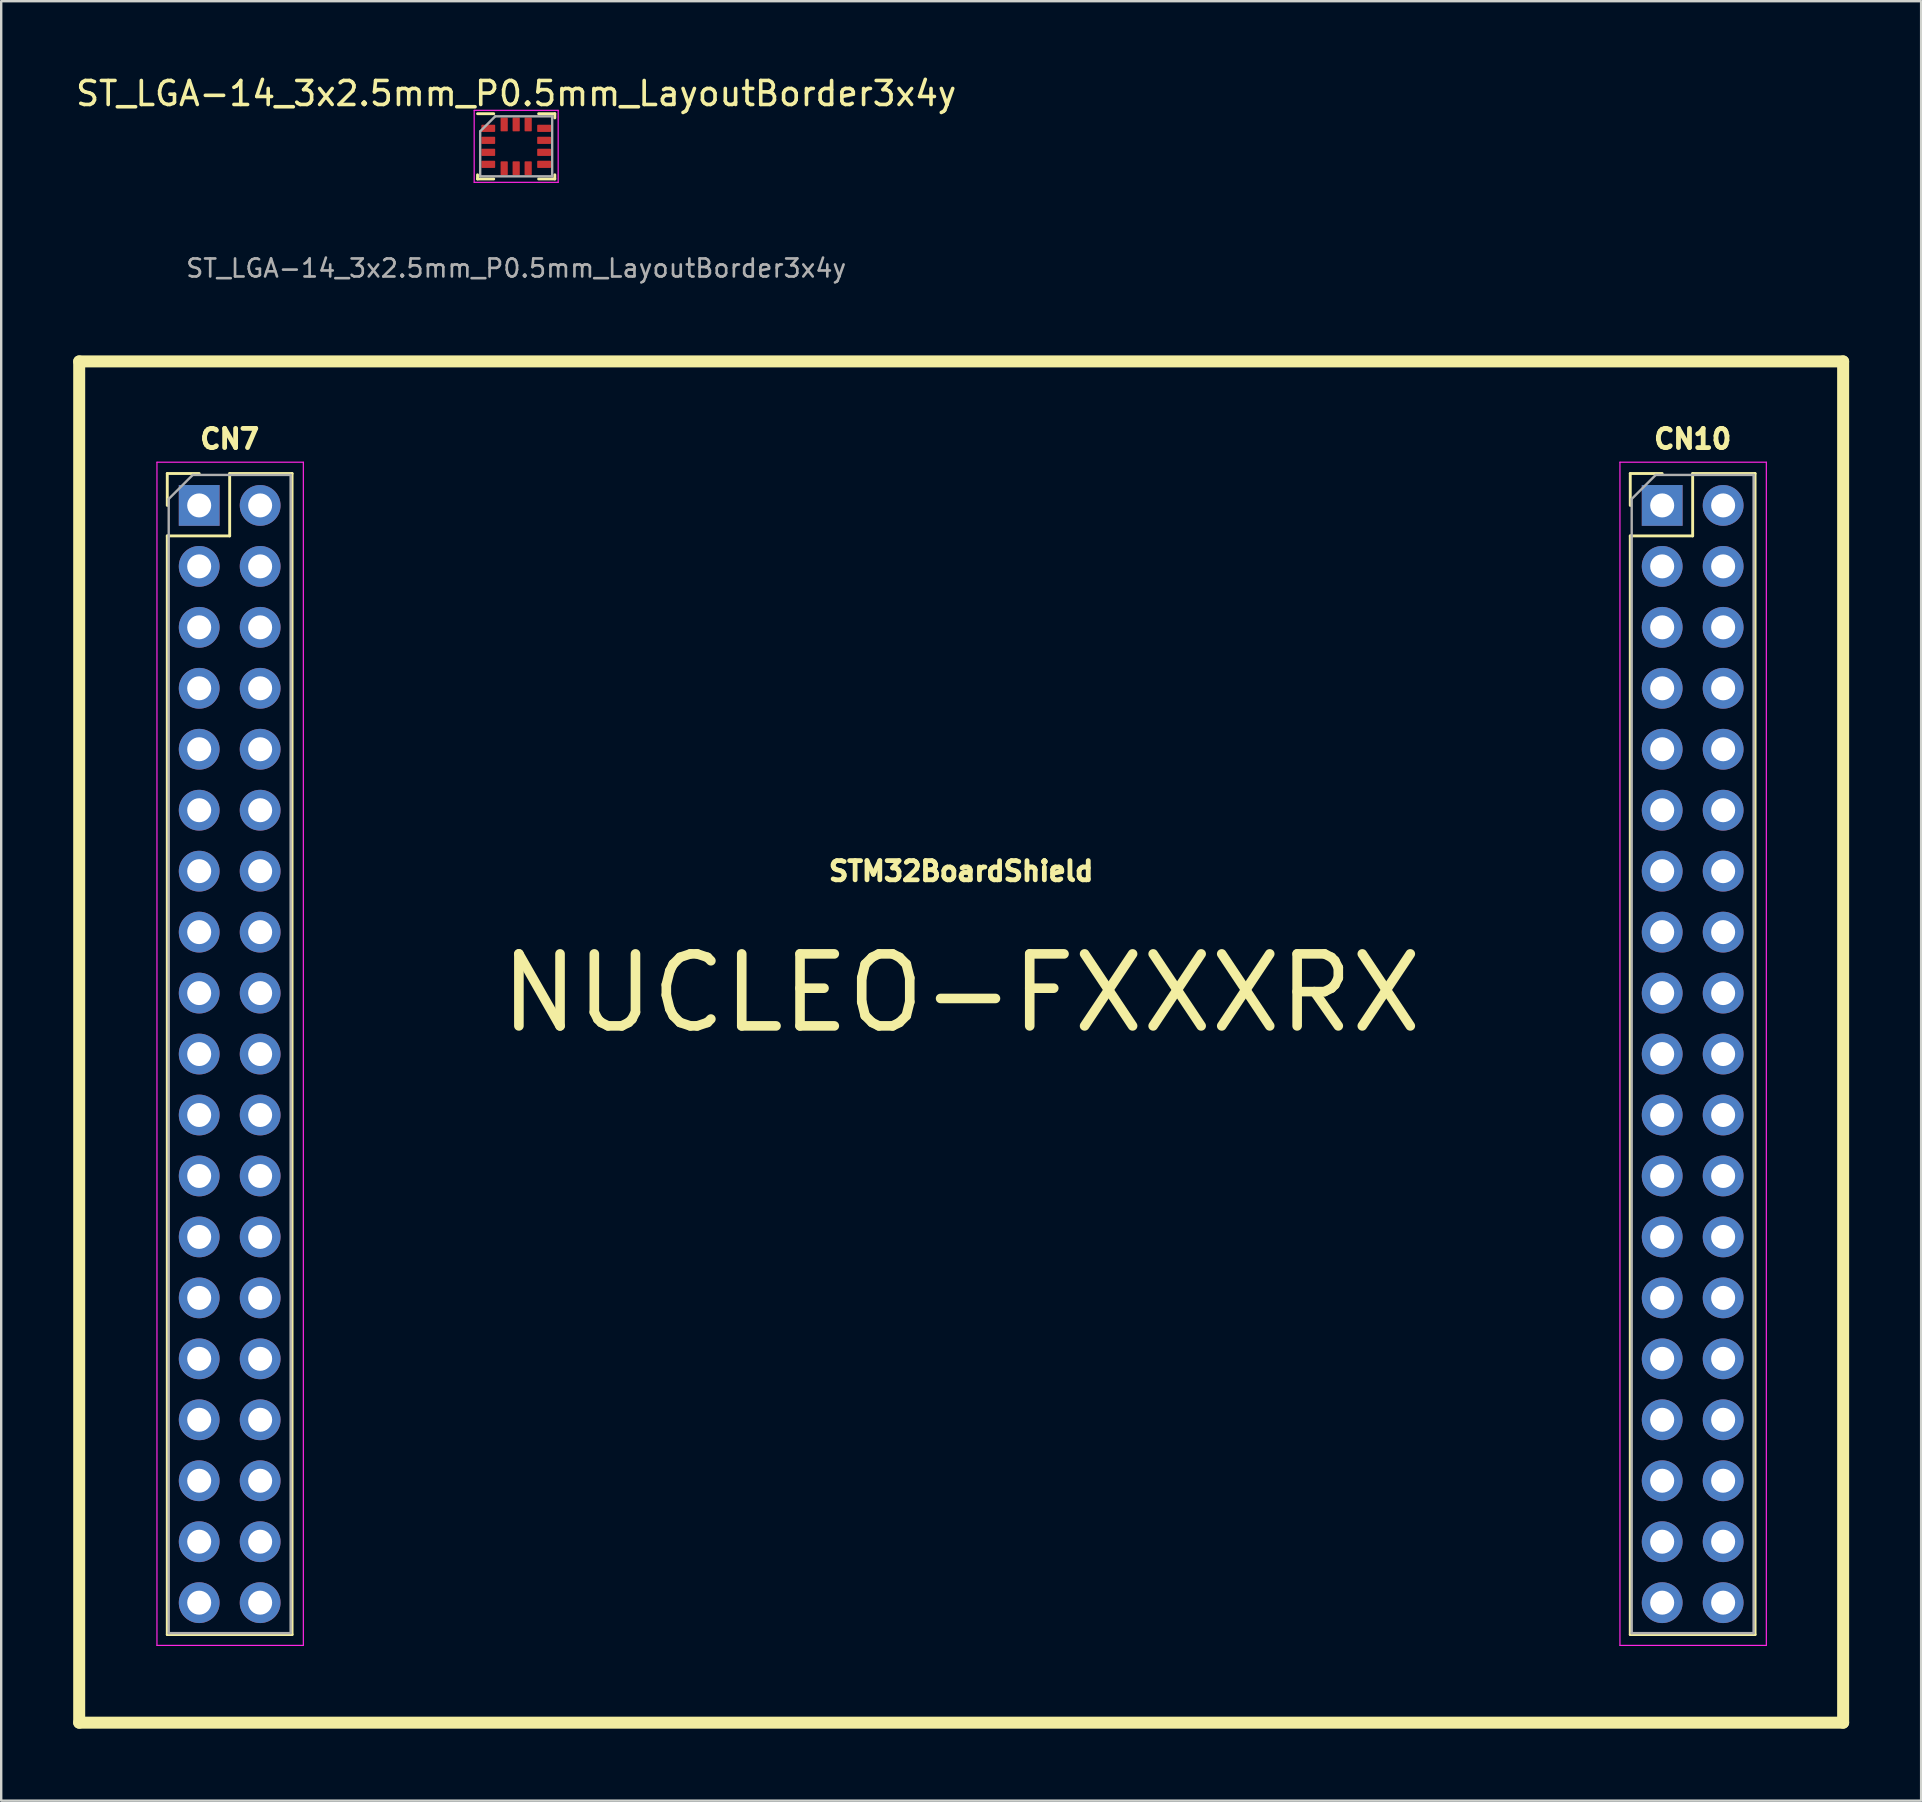
<source format=kicad_pcb>
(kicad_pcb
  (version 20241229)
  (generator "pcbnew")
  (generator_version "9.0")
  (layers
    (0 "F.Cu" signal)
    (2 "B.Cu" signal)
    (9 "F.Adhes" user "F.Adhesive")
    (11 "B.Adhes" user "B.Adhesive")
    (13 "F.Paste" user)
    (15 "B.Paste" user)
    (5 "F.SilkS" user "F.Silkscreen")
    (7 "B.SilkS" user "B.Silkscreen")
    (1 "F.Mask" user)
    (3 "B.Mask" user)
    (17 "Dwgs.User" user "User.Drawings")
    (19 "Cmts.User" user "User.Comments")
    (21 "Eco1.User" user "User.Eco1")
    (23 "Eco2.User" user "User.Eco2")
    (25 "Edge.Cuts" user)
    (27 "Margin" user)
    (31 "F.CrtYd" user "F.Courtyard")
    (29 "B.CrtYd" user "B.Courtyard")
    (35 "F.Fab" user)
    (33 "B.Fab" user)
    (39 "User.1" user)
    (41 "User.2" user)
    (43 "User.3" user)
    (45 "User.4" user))
  (footprint "ST_LGA-14_3x2.5mm_P0.5mm_LayoutBorder3x4y"
    (layer "F.Cu")
    (at 18.458 3.048)
    (property "Reference" "ST_LGA-14_3x2.5mm_P0.5mm_LayoutBorder3x4y" (at 0 -2.2 0) (layer "F.SilkS") (effects (font (size 1 1) (thickness 0.15))))
    (attr smd)
    (fp_line (start -1.61 1.36) (end -1.61 1.185) (stroke (width 0.12) (type solid)) (layer "F.SilkS"))
    (fp_line (start -0.935 -1.36) (end -1.61 -1.36) (stroke (width 0.12) (type solid)) (layer "F.SilkS"))
    (fp_line (start -0.935 1.36) (end -1.61 1.36) (stroke (width 0.12) (type solid)) (layer "F.SilkS"))
    (fp_line (start 0.935 -1.36) (end 1.61 -1.36) (stroke (width 0.12) (type solid)) (layer "F.SilkS"))
    (fp_line (start 0.935 1.36) (end 1.61 1.36) (stroke (width 0.12) (type solid)) (layer "F.SilkS"))
    (fp_line (start 1.61 -1.36) (end 1.61 -1.185) (stroke (width 0.12) (type solid)) (layer "F.SilkS"))
    (fp_line (start 1.61 1.36) (end 1.61 1.185) (stroke (width 0.12) (type solid)) (layer "F.SilkS"))
    (fp_line (start -1.75 -1.5) (end -1.75 1.5) (stroke (width 0.05) (type solid)) (layer "F.CrtYd"))
    (fp_line (start -1.75 1.5) (end 1.75 1.5) (stroke (width 0.05) (type solid)) (layer "F.CrtYd"))
    (fp_line (start 1.75 -1.5) (end -1.75 -1.5) (stroke (width 0.05) (type solid)) (layer "F.CrtYd"))
    (fp_line (start 1.75 1.5) (end 1.75 -1.5) (stroke (width 0.05) (type solid)) (layer "F.CrtYd"))
    (fp_line (start -1.5 -0.625) (end -0.875 -1.25) (stroke (width 0.1) (type solid)) (layer "F.Fab"))
    (fp_line (start -1.5 1.25) (end -1.5 -0.625) (stroke (width 0.1) (type solid)) (layer "F.Fab"))
    (fp_line (start -0.875 -1.25) (end 1.5 -1.25) (stroke (width 0.1) (type solid)) (layer "F.Fab"))
    (fp_line (start 1.5 -1.25) (end 1.5 1.25) (stroke (width 0.1) (type solid)) (layer "F.Fab"))
    (fp_line (start 1.5 1.25) (end -1.5 1.25) (stroke (width 0.1) (type solid)) (layer "F.Fab"))
    (fp_text user "${REFERENCE}" (at 0 5.08 0) (layer "F.Fab") (effects (font (size 0.75 0.75) (thickness 0.11))))
    (pad "1" smd roundrect (at -1.163 -0.75) (size 0.575 0.3) (layers "F.Cu" "F.Mask" "F.Paste") (roundrect_rratio 0.1))
    (pad "2" smd roundrect (at -1.163 -0.25) (size 0.575 0.3) (layers "F.Cu" "F.Mask" "F.Paste") (roundrect_rratio 0.1))
    (pad "3" smd roundrect (at -1.163 0.25) (size 0.575 0.3) (layers "F.Cu" "F.Mask" "F.Paste") (roundrect_rratio 0.1))
    (pad "4" smd roundrect (at -1.163 0.75) (size 0.575 0.3) (layers "F.Cu" "F.Mask" "F.Paste") (roundrect_rratio 0.1))
    (pad "5" smd roundrect (at -0.5 0.912) (size 0.3 0.575) (layers "F.Cu" "F.Mask" "F.Paste") (roundrect_rratio 0.1))
    (pad "6" smd roundrect (at 0 0.912) (size 0.3 0.575) (layers "F.Cu" "F.Mask" "F.Paste") (roundrect_rratio 0.1))
    (pad "7" smd roundrect (at 0.5 0.912) (size 0.3 0.575) (layers "F.Cu" "F.Mask" "F.Paste") (roundrect_rratio 0.1))
    (pad "8" smd roundrect (at 1.163 0.75) (size 0.575 0.3) (layers "F.Cu" "F.Mask" "F.Paste") (roundrect_rratio 0.1))
    (pad "9" smd roundrect (at 1.163 0.25) (size 0.575 0.3) (layers "F.Cu" "F.Mask" "F.Paste") (roundrect_rratio 0.1))
    (pad "10" smd roundrect (at 1.163 -0.25) (size 0.575 0.3) (layers "F.Cu" "F.Mask" "F.Paste") (roundrect_rratio 0.1))
    (pad "11" smd roundrect (at 1.163 -0.75) (size 0.575 0.3) (layers "F.Cu" "F.Mask" "F.Paste") (roundrect_rratio 0.1))
    (pad "12" smd roundrect (at 0.5 -0.912) (size 0.3 0.575) (layers "F.Cu" "F.Mask" "F.Paste") (roundrect_rratio 0.1))
    (pad "13" smd roundrect (at 0 -0.912) (size 0.3 0.575) (layers "F.Cu" "F.Mask" "F.Paste") (roundrect_rratio 0.1))
    (pad "14" smd roundrect (at -0.5 -0.912) (size 0.3 0.575) (layers "F.Cu" "F.Mask" "F.Paste") (roundrect_rratio 0.1)))
  (footprint "STM32BoardShield"
    (layer "F.Cu")
    (at 37 44.68)
    (property "Reference" "STM32BoardShield" (at 0 -11.43 0) (layer "F.SilkS") (effects (font (size 0.8 0.8) (thickness 0.2))))
    (attr through_hole)
    (fp_line (start -36.75 -32.67) (end 36.75 -32.67) (stroke (width 0.5) (type solid)) (layer "F.SilkS"))
    (fp_line (start -36.75 24.05) (end -36.75 -32.67) (stroke (width 0.5) (type solid)) (layer "F.SilkS"))
    (fp_line (start -33.08 -28) (end -33.08 -26.67) (stroke (width 0.12) (type solid)) (layer "F.SilkS"))
    (fp_line (start -33.08 -25.4) (end -33.08 20.38) (stroke (width 0.12) (type solid)) (layer "F.SilkS"))
    (fp_line (start -31.75 -28) (end -33.08 -28) (stroke (width 0.12) (type solid)) (layer "F.SilkS"))
    (fp_line (start -30.48 -28) (end -30.48 -25.4) (stroke (width 0.12) (type solid)) (layer "F.SilkS"))
    (fp_line (start -30.48 -25.4) (end -33.08 -25.4) (stroke (width 0.12) (type solid)) (layer "F.SilkS"))
    (fp_line (start -27.88 -28) (end -30.48 -28) (stroke (width 0.12) (type solid)) (layer "F.SilkS"))
    (fp_line (start -27.88 -28) (end -27.88 20.38) (stroke (width 0.12) (type solid)) (layer "F.SilkS"))
    (fp_line (start -27.88 20.38) (end -33.08 20.38) (stroke (width 0.12) (type solid)) (layer "F.SilkS"))
    (fp_line (start 27.88 -28) (end 27.88 -26.67) (stroke (width 0.12) (type solid)) (layer "F.SilkS"))
    (fp_line (start 27.88 -25.4) (end 27.88 20.38) (stroke (width 0.12) (type solid)) (layer "F.SilkS"))
    (fp_line (start 29.21 -28) (end 27.88 -28) (stroke (width 0.12) (type solid)) (layer "F.SilkS"))
    (fp_line (start 30.48 -28) (end 30.48 -25.4) (stroke (width 0.12) (type solid)) (layer "F.SilkS"))
    (fp_line (start 30.48 -25.4) (end 27.88 -25.4) (stroke (width 0.12) (type solid)) (layer "F.SilkS"))
    (fp_line (start 33.08 -28) (end 30.48 -28) (stroke (width 0.12) (type solid)) (layer "F.SilkS"))
    (fp_line (start 33.08 -28) (end 33.08 20.38) (stroke (width 0.12) (type solid)) (layer "F.SilkS"))
    (fp_line (start 33.08 20.38) (end 27.88 20.38) (stroke (width 0.12) (type solid)) (layer "F.SilkS"))
    (fp_line (start 36.75 -32.67) (end 36.75 24.05) (stroke (width 0.5) (type solid)) (layer "F.SilkS"))
    (fp_line (start 36.75 24.05) (end -36.75 24.05) (stroke (width 0.5) (type solid)) (layer "F.SilkS"))
    (fp_line (start -33.51 -28.47) (end -33.51 20.83) (stroke (width 0.05) (type solid)) (layer "F.CrtYd"))
    (fp_line (start -33.51 20.83) (end -27.41 20.83) (stroke (width 0.05) (type solid)) (layer "F.CrtYd"))
    (fp_line (start -27.41 -28.47) (end -33.51 -28.47) (stroke (width 0.05) (type solid)) (layer "F.CrtYd"))
    (fp_line (start -27.41 20.83) (end -27.41 -28.47) (stroke (width 0.05) (type solid)) (layer "F.CrtYd"))
    (fp_line (start 27.45 -28.47) (end 27.45 20.83) (stroke (width 0.05) (type solid)) (layer "F.CrtYd"))
    (fp_line (start 27.45 20.83) (end 33.55 20.83) (stroke (width 0.05) (type solid)) (layer "F.CrtYd"))
    (fp_line (start 33.55 -28.47) (end 27.45 -28.47) (stroke (width 0.05) (type solid)) (layer "F.CrtYd"))
    (fp_line (start 33.55 20.83) (end 33.55 -28.47) (stroke (width 0.05) (type solid)) (layer "F.CrtYd"))
    (fp_line (start -33.02 -26.94) (end -33.02 20.32) (stroke (width 0.1) (type solid)) (layer "F.Fab"))
    (fp_line (start -33.02 20.32) (end -27.94 20.32) (stroke (width 0.1) (type solid)) (layer "F.Fab"))
    (fp_line (start -32.02 -27.94) (end -33.02 -26.94) (stroke (width 0.1) (type solid)) (layer "F.Fab"))
    (fp_line (start -27.94 -27.94) (end -32.02 -27.94) (stroke (width 0.1) (type solid)) (layer "F.Fab"))
    (fp_line (start -27.94 20.32) (end -27.94 -27.94) (stroke (width 0.1) (type solid)) (layer "F.Fab"))
    (fp_line (start 27.94 -26.94) (end 27.94 20.32) (stroke (width 0.1) (type solid)) (layer "F.Fab"))
    (fp_line (start 27.94 20.32) (end 33.02 20.32) (stroke (width 0.1) (type solid)) (layer "F.Fab"))
    (fp_line (start 28.94 -27.94) (end 27.94 -26.94) (stroke (width 0.1) (type solid)) (layer "F.Fab"))
    (fp_line (start 33.02 -27.94) (end 28.94 -27.94) (stroke (width 0.1) (type solid)) (layer "F.Fab"))
    (fp_line (start 33.02 20.32) (end 33.02 -27.94) (stroke (width 0.1) (type solid)) (layer "F.Fab"))
    (fp_text user "NUCLEO-FXXXRX" (at 0 -6.35 0) (layer "F.SilkS") (effects (font (size 3 3) (thickness 0.4))))
    (fp_text user "CN7" (at -30.48 -29.44 0) (layer "F.SilkS") (effects (font (size 0.8 0.8) (thickness 0.2))))
    (fp_text user "CN10" (at 30.48 -29.44 0) (layer "F.SilkS") (effects (font (size 0.8 0.8) (thickness 0.2))))
    (pad "L1" thru_hole rect (at -31.75 -26.67) (size 1.7 1.7) (drill 1) (layers "*.Cu" "*.Mask"))
    (pad "L2" thru_hole oval (at -29.21 -26.67) (size 1.7 1.7) (drill 1) (layers "*.Cu" "*.Mask"))
    (pad "L3" thru_hole oval (at -31.75 -24.13) (size 1.7 1.7) (drill 1) (layers "*.Cu" "*.Mask"))
    (pad "L4" thru_hole oval (at -29.21 -24.13) (size 1.7 1.7) (drill 1) (layers "*.Cu" "*.Mask"))
    (pad "L5" thru_hole oval (at -31.75 -21.59) (size 1.7 1.7) (drill 1) (layers "*.Cu" "*.Mask"))
    (pad "L6" thru_hole oval (at -29.21 -21.59) (size 1.7 1.7) (drill 1) (layers "*.Cu" "*.Mask"))
    (pad "L7" thru_hole oval (at -31.75 -19.05) (size 1.7 1.7) (drill 1) (layers "*.Cu" "*.Mask"))
    (pad "L8" thru_hole oval (at -29.21 -19.05) (size 1.7 1.7) (drill 1) (layers "*.Cu" "*.Mask"))
    (pad "L9" thru_hole oval (at -31.75 -16.51) (size 1.7 1.7) (drill 1) (layers "*.Cu" "*.Mask"))
    (pad "L10" thru_hole oval (at -29.21 -16.51) (size 1.7 1.7) (drill 1) (layers "*.Cu" "*.Mask"))
    (pad "L11" thru_hole oval (at -31.75 -13.97) (size 1.7 1.7) (drill 1) (layers "*.Cu" "*.Mask"))
    (pad "L12" thru_hole oval (at -29.21 -13.97) (size 1.7 1.7) (drill 1) (layers "*.Cu" "*.Mask"))
    (pad "L13" thru_hole oval (at -31.75 -11.43) (size 1.7 1.7) (drill 1) (layers "*.Cu" "*.Mask"))
    (pad "L14" thru_hole oval (at -29.21 -11.43) (size 1.7 1.7) (drill 1) (layers "*.Cu" "*.Mask"))
    (pad "L15" thru_hole oval (at -31.75 -8.89) (size 1.7 1.7) (drill 1) (layers "*.Cu" "*.Mask"))
    (pad "L16" thru_hole oval (at -29.21 -8.89) (size 1.7 1.7) (drill 1) (layers "*.Cu" "*.Mask"))
    (pad "L17" thru_hole oval (at -31.75 -6.35) (size 1.7 1.7) (drill 1) (layers "*.Cu" "*.Mask"))
    (pad "L18" thru_hole oval (at -29.21 -6.35) (size 1.7 1.7) (drill 1) (layers "*.Cu" "*.Mask"))
    (pad "L19" thru_hole oval (at -31.75 -3.81) (size 1.7 1.7) (drill 1) (layers "*.Cu" "*.Mask"))
    (pad "L20" thru_hole oval (at -29.21 -3.81) (size 1.7 1.7) (drill 1) (layers "*.Cu" "*.Mask"))
    (pad "L21" thru_hole oval (at -31.75 -1.27) (size 1.7 1.7) (drill 1) (layers "*.Cu" "*.Mask"))
    (pad "L22" thru_hole oval (at -29.21 -1.27) (size 1.7 1.7) (drill 1) (layers "*.Cu" "*.Mask"))
    (pad "L23" thru_hole oval (at -31.75 1.27) (size 1.7 1.7) (drill 1) (layers "*.Cu" "*.Mask"))
    (pad "L24" thru_hole oval (at -29.21 1.27) (size 1.7 1.7) (drill 1) (layers "*.Cu" "*.Mask"))
    (pad "L25" thru_hole oval (at -31.75 3.81) (size 1.7 1.7) (drill 1) (layers "*.Cu" "*.Mask"))
    (pad "L26" thru_hole oval (at -29.21 3.81) (size 1.7 1.7) (drill 1) (layers "*.Cu" "*.Mask"))
    (pad "L27" thru_hole oval (at -31.75 6.35) (size 1.7 1.7) (drill 1) (layers "*.Cu" "*.Mask"))
    (pad "L28" thru_hole oval (at -29.21 6.35) (size 1.7 1.7) (drill 1) (layers "*.Cu" "*.Mask"))
    (pad "L29" thru_hole oval (at -31.75 8.89) (size 1.7 1.7) (drill 1) (layers "*.Cu" "*.Mask"))
    (pad "L30" thru_hole oval (at -29.21 8.89) (size 1.7 1.7) (drill 1) (layers "*.Cu" "*.Mask"))
    (pad "L31" thru_hole oval (at -31.75 11.43) (size 1.7 1.7) (drill 1) (layers "*.Cu" "*.Mask"))
    (pad "L32" thru_hole oval (at -29.21 11.43) (size 1.7 1.7) (drill 1) (layers "*.Cu" "*.Mask"))
    (pad "L33" thru_hole oval (at -31.75 13.97) (size 1.7 1.7) (drill 1) (layers "*.Cu" "*.Mask"))
    (pad "L34" thru_hole oval (at -29.21 13.97) (size 1.7 1.7) (drill 1) (layers "*.Cu" "*.Mask"))
    (pad "L35" thru_hole oval (at -31.75 16.51) (size 1.7 1.7) (drill 1) (layers "*.Cu" "*.Mask"))
    (pad "L36" thru_hole oval (at -29.21 16.51) (size 1.7 1.7) (drill 1) (layers "*.Cu" "*.Mask"))
    (pad "L37" thru_hole oval (at -31.75 19.05) (size 1.7 1.7) (drill 1) (layers "*.Cu" "*.Mask"))
    (pad "L38" thru_hole oval (at -29.21 19.05) (size 1.7 1.7) (drill 1) (layers "*.Cu" "*.Mask"))
    (pad "R1" thru_hole rect (at 29.21 -26.67) (size 1.7 1.7) (drill 1) (layers "*.Cu" "*.Mask"))
    (pad "R2" thru_hole oval (at 31.75 -26.67) (size 1.7 1.7) (drill 1) (layers "*.Cu" "*.Mask"))
    (pad "R3" thru_hole oval (at 29.21 -24.13) (size 1.7 1.7) (drill 1) (layers "*.Cu" "*.Mask"))
    (pad "R4" thru_hole oval (at 31.75 -24.13) (size 1.7 1.7) (drill 1) (layers "*.Cu" "*.Mask"))
    (pad "R5" thru_hole oval (at 29.21 -21.59) (size 1.7 1.7) (drill 1) (layers "*.Cu" "*.Mask"))
    (pad "R6" thru_hole oval (at 31.75 -21.59) (size 1.7 1.7) (drill 1) (layers "*.Cu" "*.Mask"))
    (pad "R7" thru_hole oval (at 29.21 -19.05) (size 1.7 1.7) (drill 1) (layers "*.Cu" "*.Mask"))
    (pad "R8" thru_hole oval (at 31.75 -19.05) (size 1.7 1.7) (drill 1) (layers "*.Cu" "*.Mask"))
    (pad "R9" thru_hole oval (at 29.21 -16.51) (size 1.7 1.7) (drill 1) (layers "*.Cu" "*.Mask"))
    (pad "R10" thru_hole oval (at 31.75 -16.51) (size 1.7 1.7) (drill 1) (layers "*.Cu" "*.Mask"))
    (pad "R11" thru_hole oval (at 29.21 -13.97) (size 1.7 1.7) (drill 1) (layers "*.Cu" "*.Mask"))
    (pad "R12" thru_hole oval (at 31.75 -13.97) (size 1.7 1.7) (drill 1) (layers "*.Cu" "*.Mask"))
    (pad "R13" thru_hole oval (at 29.21 -11.43) (size 1.7 1.7) (drill 1) (layers "*.Cu" "*.Mask"))
    (pad "R14" thru_hole oval (at 31.75 -11.43) (size 1.7 1.7) (drill 1) (layers "*.Cu" "*.Mask"))
    (pad "R15" thru_hole oval (at 29.21 -8.89) (size 1.7 1.7) (drill 1) (layers "*.Cu" "*.Mask"))
    (pad "R16" thru_hole oval (at 31.75 -8.89) (size 1.7 1.7) (drill 1) (layers "*.Cu" "*.Mask"))
    (pad "R17" thru_hole oval (at 29.21 -6.35) (size 1.7 1.7) (drill 1) (layers "*.Cu" "*.Mask"))
    (pad "R18" thru_hole oval (at 31.75 -6.35) (size 1.7 1.7) (drill 1) (layers "*.Cu" "*.Mask"))
    (pad "R19" thru_hole oval (at 29.21 -3.81) (size 1.7 1.7) (drill 1) (layers "*.Cu" "*.Mask"))
    (pad "R20" thru_hole oval (at 31.75 -3.81) (size 1.7 1.7) (drill 1) (layers "*.Cu" "*.Mask"))
    (pad "R21" thru_hole oval (at 29.21 -1.27) (size 1.7 1.7) (drill 1) (layers "*.Cu" "*.Mask"))
    (pad "R22" thru_hole oval (at 31.75 -1.27) (size 1.7 1.7) (drill 1) (layers "*.Cu" "*.Mask"))
    (pad "R23" thru_hole oval (at 29.21 1.27) (size 1.7 1.7) (drill 1) (layers "*.Cu" "*.Mask"))
    (pad "R24" thru_hole oval (at 31.75 1.27) (size 1.7 1.7) (drill 1) (layers "*.Cu" "*.Mask"))
    (pad "R25" thru_hole oval (at 29.21 3.81) (size 1.7 1.7) (drill 1) (layers "*.Cu" "*.Mask"))
    (pad "R26" thru_hole oval (at 31.75 3.81) (size 1.7 1.7) (drill 1) (layers "*.Cu" "*.Mask"))
    (pad "R27" thru_hole oval (at 29.21 6.35) (size 1.7 1.7) (drill 1) (layers "*.Cu" "*.Mask"))
    (pad "R28" thru_hole oval (at 31.75 6.35) (size 1.7 1.7) (drill 1) (layers "*.Cu" "*.Mask"))
    (pad "R29" thru_hole oval (at 29.21 8.89) (size 1.7 1.7) (drill 1) (layers "*.Cu" "*.Mask"))
    (pad "R30" thru_hole oval (at 31.75 8.89) (size 1.7 1.7) (drill 1) (layers "*.Cu" "*.Mask"))
    (pad "R31" thru_hole oval (at 29.21 11.43) (size 1.7 1.7) (drill 1) (layers "*.Cu" "*.Mask"))
    (pad "R32" thru_hole oval (at 31.75 11.43) (size 1.7 1.7) (drill 1) (layers "*.Cu" "*.Mask"))
    (pad "R33" thru_hole oval (at 29.21 13.97) (size 1.7 1.7) (drill 1) (layers "*.Cu" "*.Mask"))
    (pad "R34" thru_hole oval (at 31.75 13.97) (size 1.7 1.7) (drill 1) (layers "*.Cu" "*.Mask"))
    (pad "R35" thru_hole oval (at 29.21 16.51) (size 1.7 1.7) (drill 1) (layers "*.Cu" "*.Mask"))
    (pad "R36" thru_hole oval (at 31.75 16.51) (size 1.7 1.7) (drill 1) (layers "*.Cu" "*.Mask"))
    (pad "R37" thru_hole oval (at 29.21 19.05) (size 1.7 1.7) (drill 1) (layers "*.Cu" "*.Mask"))
    (pad "R38" thru_hole oval (at 31.75 19.05) (size 1.7 1.7) (drill 1) (layers "*.Cu" "*.Mask")))
  (gr_rect
    (start -3 -3)
    (end 77 71.98)
    (stroke (width 0.1) (type default))
    (fill no)
    (layer "Edge.Cuts")))
</source>
